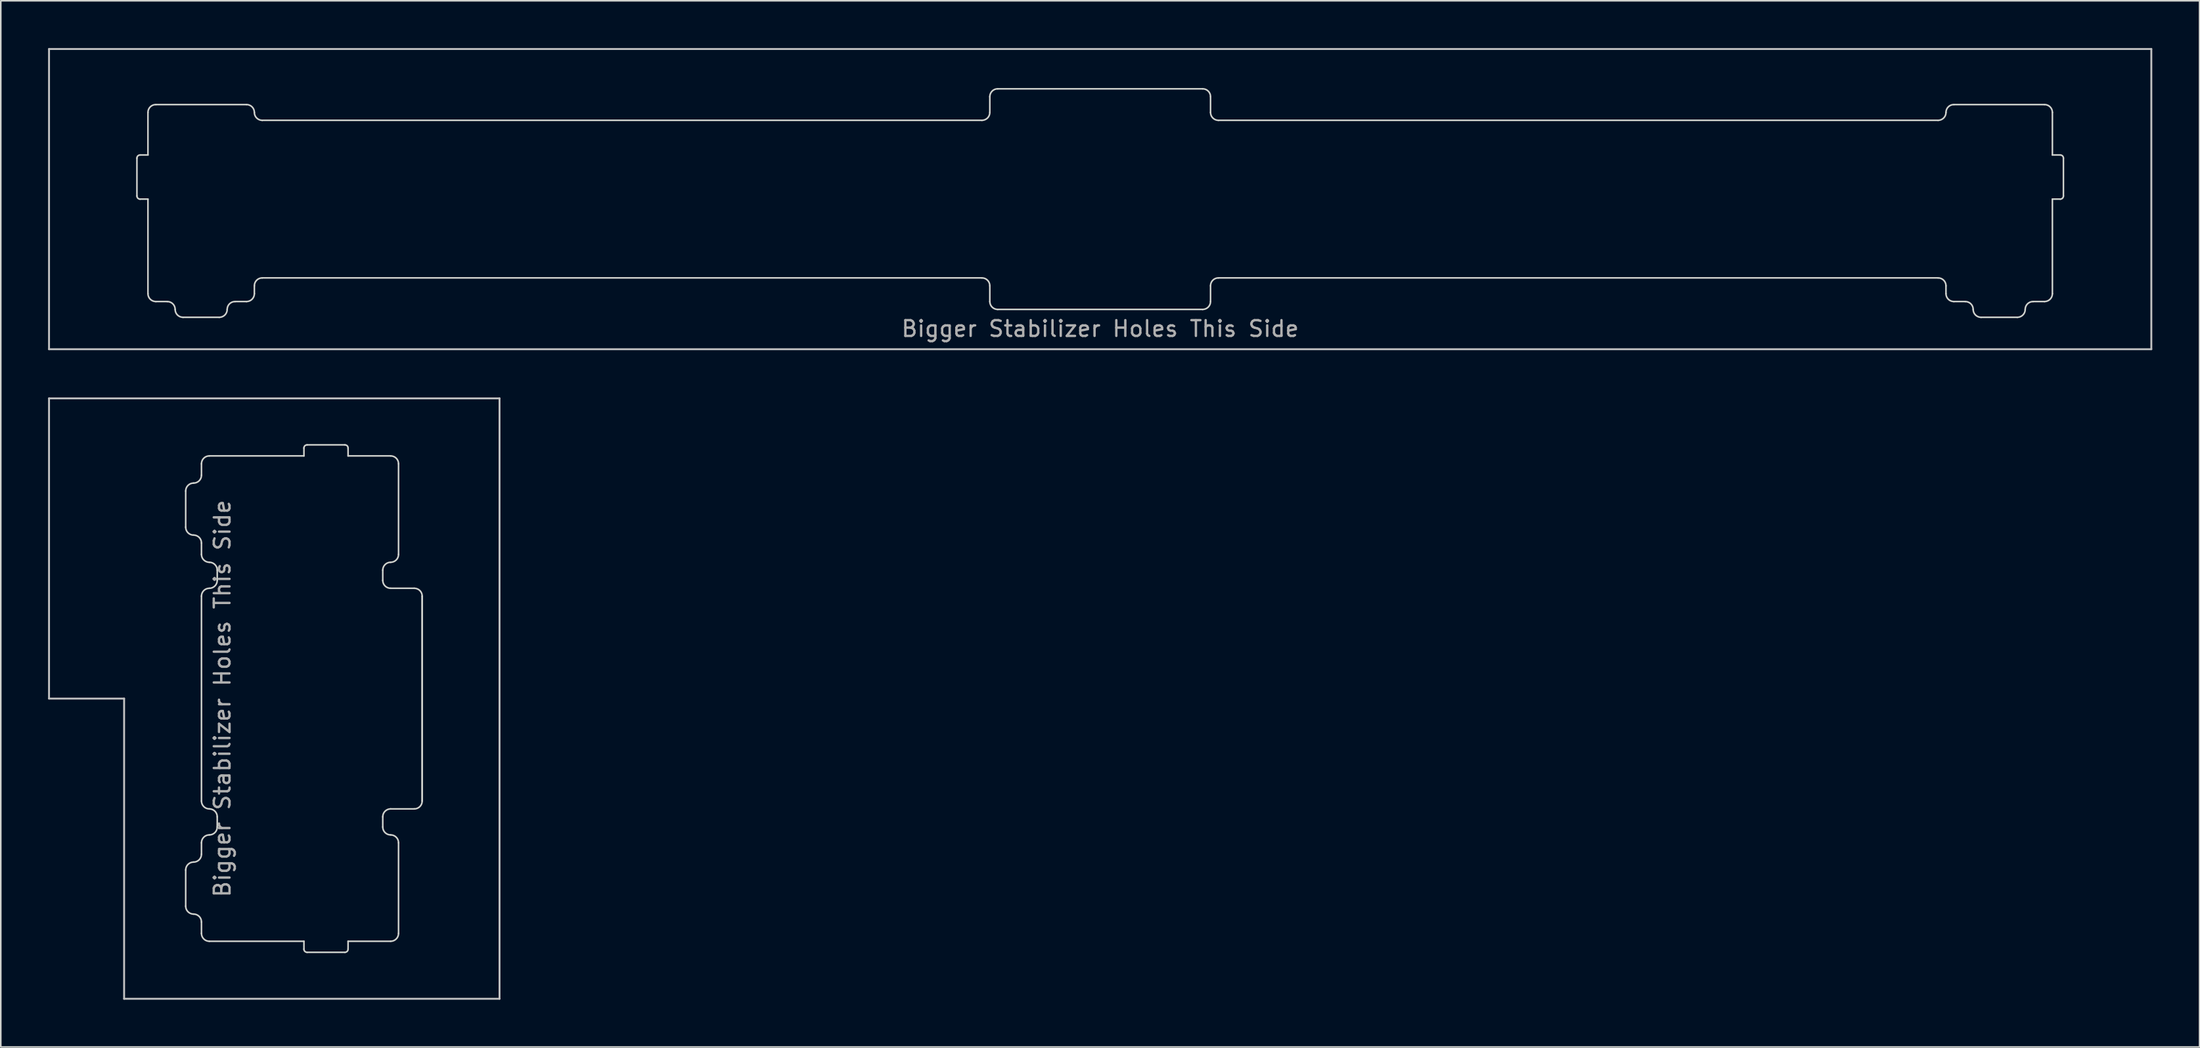
<source format=kicad_pcb>
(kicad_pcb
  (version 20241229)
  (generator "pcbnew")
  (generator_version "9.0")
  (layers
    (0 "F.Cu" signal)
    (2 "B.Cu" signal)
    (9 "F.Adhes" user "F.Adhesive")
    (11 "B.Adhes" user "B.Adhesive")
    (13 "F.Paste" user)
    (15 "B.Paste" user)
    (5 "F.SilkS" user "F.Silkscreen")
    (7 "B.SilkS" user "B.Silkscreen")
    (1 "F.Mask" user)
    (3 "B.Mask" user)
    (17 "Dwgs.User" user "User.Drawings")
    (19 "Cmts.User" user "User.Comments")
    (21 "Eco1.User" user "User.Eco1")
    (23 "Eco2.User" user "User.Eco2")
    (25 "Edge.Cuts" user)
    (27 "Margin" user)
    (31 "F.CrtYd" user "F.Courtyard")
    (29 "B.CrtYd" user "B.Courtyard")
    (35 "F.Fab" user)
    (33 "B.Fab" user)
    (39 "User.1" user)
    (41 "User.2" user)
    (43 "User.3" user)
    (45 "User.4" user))
  (footprint "mx_top_plate_7.00u_plate_mount"
    (layer "F.Cu")
    (at 66.735 9.585)
    (property "Reference" "mx_top_plate_7.00u_plate_mount" (at 0 2.381 0) (layer "Eco1.User") (effects (font (size 1 1) (thickness 0.15))))
    (attr through_hole)
    (fp_line (start -66.675 -9.525) (end 66.675 -9.525) (stroke (width 0.12) (type solid)) (layer "Dwgs.User"))
    (fp_line (start -66.675 9.525) (end -66.675 -9.525) (stroke (width 0.12) (type solid)) (layer "Dwgs.User"))
    (fp_line (start 66.675 -9.525) (end 66.675 9.525) (stroke (width 0.12) (type solid)) (layer "Dwgs.User"))
    (fp_line (start 66.675 9.525) (end -66.675 9.525) (stroke (width 0.12) (type solid)) (layer "Dwgs.User"))
    (fp_line (start 0 0) (end -0.5 0) (stroke (width 0.12) (type solid)) (layer "Eco1.User"))
    (fp_line (start 0 0) (end 0 -0.5) (stroke (width 0.12) (type solid)) (layer "Eco1.User"))
    (fp_line (start 0 0) (end 0 0.5) (stroke (width 0.12) (type solid)) (layer "Eco1.User"))
    (fp_line (start 0 0) (end 0.5 0) (stroke (width 0.12) (type solid)) (layer "Eco1.User"))
    (fp_line (start -61.1 -2.6) (end -61.1 -0.2) (stroke (width 0.1) (type solid)) (layer "Edge.Cuts"))
    (fp_line (start -60.9 -2.8) (end -60.4 -2.8) (stroke (width 0.1) (type solid)) (layer "Edge.Cuts"))
    (fp_line (start -60.9 0) (end -60.4 0) (stroke (width 0.1) (type solid)) (layer "Edge.Cuts"))
    (fp_line (start -60.4 -5.5) (end -60.4 -2.8) (stroke (width 0.1) (type solid)) (layer "Edge.Cuts"))
    (fp_line (start -60.4 0) (end -60.4 6) (stroke (width 0.1) (type solid)) (layer "Edge.Cuts"))
    (fp_line (start -59.9 -6) (end -54.15 -6) (stroke (width 0.1) (type solid)) (layer "Edge.Cuts"))
    (fp_line (start -59.9 6.5) (end -59.175 6.5) (stroke (width 0.1) (type solid)) (layer "Edge.Cuts"))
    (fp_line (start -58.175 7.5) (end -55.875 7.5) (stroke (width 0.1) (type solid)) (layer "Edge.Cuts"))
    (fp_line (start -54.875 6.5) (end -54.15 6.5) (stroke (width 0.1) (type solid)) (layer "Edge.Cuts"))
    (fp_line (start -53.65 6) (end -53.65 5.5) (stroke (width 0.1) (type solid)) (layer "Edge.Cuts"))
    (fp_line (start -53.15 -5) (end -7.5 -5) (stroke (width 0.1) (type solid)) (layer "Edge.Cuts"))
    (fp_line (start -53.15 5) (end -7.5 5) (stroke (width 0.1) (type solid)) (layer "Edge.Cuts"))
    (fp_line (start -7 -6.5) (end -7 -5.5) (stroke (width 0.1) (type solid)) (layer "Edge.Cuts"))
    (fp_line (start -7 5.5) (end -7 6.5) (stroke (width 0.1) (type solid)) (layer "Edge.Cuts"))
    (fp_line (start -6.5 7) (end 6.5 7) (stroke (width 0.1) (type solid)) (layer "Edge.Cuts"))
    (fp_line (start -6.5 -7) (end 6.5 -7) (stroke (width 0.1) (type solid)) (layer "Edge.Cuts"))
    (fp_line (start 7 5.5) (end 7 6.5) (stroke (width 0.1) (type solid)) (layer "Edge.Cuts"))
    (fp_line (start 7 -6.5) (end 7 -5.5) (stroke (width 0.1) (type solid)) (layer "Edge.Cuts"))
    (fp_line (start 7.5 5) (end 53.15 5) (stroke (width 0.1) (type solid)) (layer "Edge.Cuts"))
    (fp_line (start 7.5 -5) (end 53.15 -5) (stroke (width 0.1) (type solid)) (layer "Edge.Cuts"))
    (fp_line (start 53.65 5.5) (end 53.65 6) (stroke (width 0.1) (type solid)) (layer "Edge.Cuts"))
    (fp_line (start 54.875 6.5) (end 54.15 6.5) (stroke (width 0.1) (type solid)) (layer "Edge.Cuts"))
    (fp_line (start 58.175 7.5) (end 55.875 7.5) (stroke (width 0.1) (type solid)) (layer "Edge.Cuts"))
    (fp_line (start 59.9 -6) (end 54.15 -6) (stroke (width 0.1) (type solid)) (layer "Edge.Cuts"))
    (fp_line (start 59.9 6.5) (end 59.175 6.5) (stroke (width 0.1) (type solid)) (layer "Edge.Cuts"))
    (fp_line (start 60.4 -5.5) (end 60.4 -2.8) (stroke (width 0.1) (type solid)) (layer "Edge.Cuts"))
    (fp_line (start 60.4 0.000012) (end 60.4 6) (stroke (width 0.1) (type solid)) (layer "Edge.Cuts"))
    (fp_line (start 60.9 -2.8) (end 60.4 -2.8) (stroke (width 0.1) (type solid)) (layer "Edge.Cuts"))
    (fp_line (start 60.9 0.000012) (end 60.4 0.000012) (stroke (width 0.1) (type solid)) (layer "Edge.Cuts"))
    (fp_line (start 61.1 -2.6) (end 61.1 -0.2) (stroke (width 0.1) (type solid)) (layer "Edge.Cuts"))
    (fp_arc (start -61.1 -2.6) (mid -61.041421 -2.741421) (end -60.9 -2.8) (stroke (width 0.1) (type solid)) (layer "Edge.Cuts"))
    (fp_arc (start -60.9 0) (mid -61.041421 -0.058579) (end -61.1 -0.2) (stroke (width 0.1) (type solid)) (layer "Edge.Cuts"))
    (fp_arc (start -60.4 -5.5) (mid -60.253553 -5.853553) (end -59.9 -6) (stroke (width 0.1) (type solid)) (layer "Edge.Cuts"))
    (fp_arc (start -59.9 6.5) (mid -60.253553 6.353553) (end -60.4 6) (stroke (width 0.1) (type solid)) (layer "Edge.Cuts"))
    (fp_arc (start -59.175 6.5) (mid -58.821447 6.646447) (end -58.675 7) (stroke (width 0.1) (type solid)) (layer "Edge.Cuts"))
    (fp_arc (start -58.175 7.5) (mid -58.528553 7.353553) (end -58.675 7) (stroke (width 0.1) (type solid)) (layer "Edge.Cuts"))
    (fp_arc (start -55.375 7) (mid -55.521447 7.353553) (end -55.875 7.5) (stroke (width 0.1) (type solid)) (layer "Edge.Cuts"))
    (fp_arc (start -55.375 7) (mid -55.228553 6.646447) (end -54.875 6.5) (stroke (width 0.1) (type solid)) (layer "Edge.Cuts"))
    (fp_arc (start -54.15 -6) (mid -53.796447 -5.853553) (end -53.65 -5.5) (stroke (width 0.1) (type solid)) (layer "Edge.Cuts"))
    (fp_arc (start -53.65 5.5) (mid -53.503553 5.146447) (end -53.15 5) (stroke (width 0.1) (type solid)) (layer "Edge.Cuts"))
    (fp_arc (start -53.65 6) (mid -53.796447 6.353553) (end -54.15 6.5) (stroke (width 0.1) (type solid)) (layer "Edge.Cuts"))
    (fp_arc (start -53.15 -5) (mid -53.503552 -5.146447) (end -53.65 -5.5) (stroke (width 0.1) (type solid)) (layer "Edge.Cuts"))
    (fp_arc (start -7.499988 5.000012) (mid -7.146435 5.146459) (end -6.999988 5.500012) (stroke (width 0.1) (type solid)) (layer "Edge.Cuts"))
    (fp_arc (start -6.999988 -6.499988) (mid -6.853541 -6.853541) (end -6.499988 -6.999988) (stroke (width 0.1) (type solid)) (layer "Edge.Cuts"))
    (fp_arc (start -6.999988 -5.499988) (mid -7.146435 -5.146435) (end -7.499988 -4.999988) (stroke (width 0.1) (type solid)) (layer "Edge.Cuts"))
    (fp_arc (start -6.499988 7.000012) (mid -6.853541 6.853565) (end -6.999988 6.500012) (stroke (width 0.1) (type solid)) (layer "Edge.Cuts"))
    (fp_arc (start 6.500012 -6.999988) (mid 6.853565 -6.853541) (end 7.000012 -6.499988) (stroke (width 0.1) (type solid)) (layer "Edge.Cuts"))
    (fp_arc (start 6.999672 6.500007) (mid 6.853225 6.85356) (end 6.499672 7.000007) (stroke (width 0.1) (type solid)) (layer "Edge.Cuts"))
    (fp_arc (start 6.999684 5.500019) (mid 7.146119 5.146454) (end 7.499684 5.000019) (stroke (width 0.1) (type solid)) (layer "Edge.Cuts"))
    (fp_arc (start 7.500012 -4.999988) (mid 7.14646 -5.146436) (end 7.000012 -5.499988) (stroke (width 0.1) (type solid)) (layer "Edge.Cuts"))
    (fp_arc (start 53.150024 5.000012) (mid 53.503577 5.146459) (end 53.650024 5.500012) (stroke (width 0.1) (type solid)) (layer "Edge.Cuts"))
    (fp_arc (start 53.650024 -5.499988) (mid 53.503577 -5.146435) (end 53.150024 -4.999988) (stroke (width 0.1) (type solid)) (layer "Edge.Cuts"))
    (fp_arc (start 53.650024 -5.499988) (mid 53.796471 -5.853541) (end 54.150024 -5.999988) (stroke (width 0.1) (type solid)) (layer "Edge.Cuts"))
    (fp_arc (start 54.150024 6.500012) (mid 53.796471 6.353565) (end 53.650024 6.000012) (stroke (width 0.1) (type solid)) (layer "Edge.Cuts"))
    (fp_arc (start 54.875024 6.500012) (mid 55.228577 6.646459) (end 55.375024 7.000012) (stroke (width 0.1) (type solid)) (layer "Edge.Cuts"))
    (fp_arc (start 55.875024 7.500012) (mid 55.521471 7.353565) (end 55.375024 7.000012) (stroke (width 0.1) (type solid)) (layer "Edge.Cuts"))
    (fp_arc (start 58.675024 7.000012) (mid 58.528577 7.353565) (end 58.175024 7.500012) (stroke (width 0.1) (type solid)) (layer "Edge.Cuts"))
    (fp_arc (start 58.675024 7.000012) (mid 58.821471 6.646459) (end 59.175024 6.500012) (stroke (width 0.1) (type solid)) (layer "Edge.Cuts"))
    (fp_arc (start 59.900024 -5.999988) (mid 60.253577 -5.853541) (end 60.400024 -5.499988) (stroke (width 0.1) (type solid)) (layer "Edge.Cuts"))
    (fp_arc (start 60.400024 6.000012) (mid 60.253577 6.353565) (end 59.900024 6.500012) (stroke (width 0.1) (type solid)) (layer "Edge.Cuts"))
    (fp_arc (start 60.900024 -2.799988) (mid 61.041445 -2.741409) (end 61.100024 -2.599988) (stroke (width 0.1) (type solid)) (layer "Edge.Cuts"))
    (fp_arc (start 61.100024 -0.199988) (mid 61.041445 -0.058567) (end 60.900024 0.000012) (stroke (width 0.1) (type solid)) (layer "Edge.Cuts"))
    (fp_text user "Bigger Stabilizer Holes This Side" (at 0 8.225 0) (unlocked yes) (layer "F.Fab") (effects (font (size 1 1) (thickness 0.15)))))
  (footprint "mx_top_plate_iso_enter"
    (layer "F.Cu")
    (at 16.729 41.28)
    (property "Reference" "mx_top_plate_iso_enter" (at -2.381 0 270) (layer "Eco1.User") (effects (font (size 1 1) (thickness 0.15))))
    (attr through_hole)
    (fp_line (start -16.669 -19.05) (end 11.906 -19.05) (stroke (width 0.12) (type solid)) (layer "Dwgs.User"))
    (fp_line (start -16.669 0) (end -16.669 -19.05) (stroke (width 0.12) (type solid)) (layer "Dwgs.User"))
    (fp_line (start -11.906 0) (end -16.669 0) (stroke (width 0.12) (type solid)) (layer "Dwgs.User"))
    (fp_line (start -11.906 19.05) (end -11.906 0) (stroke (width 0.12) (type solid)) (layer "Dwgs.User"))
    (fp_line (start 11.906 -19.05) (end 11.906 19.05) (stroke (width 0.12) (type solid)) (layer "Dwgs.User"))
    (fp_line (start 11.906 19.05) (end -11.906 19.05) (stroke (width 0.12) (type solid)) (layer "Dwgs.User"))
    (fp_line (start 0 0) (end -0.5 0) (stroke (width 0.12) (type solid)) (layer "Eco1.User"))
    (fp_line (start 0 0) (end 0 -0.5) (stroke (width 0.12) (type solid)) (layer "Eco1.User"))
    (fp_line (start 0 0) (end 0 0.5) (stroke (width 0.12) (type solid)) (layer "Eco1.User"))
    (fp_line (start 0 0) (end 0.5 0) (stroke (width 0.12) (type solid)) (layer "Eco1.User"))
    (fp_line (start -8 -13.175) (end -8 -10.875) (stroke (width 0.1) (type solid)) (layer "Edge.Cuts"))
    (fp_line (start -8 13.175) (end -8 10.875) (stroke (width 0.1) (type solid)) (layer "Edge.Cuts"))
    (fp_line (start -7 -14.9) (end -7 -14.175) (stroke (width 0.1) (type solid)) (layer "Edge.Cuts"))
    (fp_line (start -7 -9.875) (end -7 -9.15) (stroke (width 0.1) (type solid)) (layer "Edge.Cuts"))
    (fp_line (start -7 -6.5) (end -7 6.5) (stroke (width 0.1) (type solid)) (layer "Edge.Cuts"))
    (fp_line (start -7 9.875) (end -7 9.15) (stroke (width 0.1) (type solid)) (layer "Edge.Cuts"))
    (fp_line (start -7 14.9) (end -7 14.175) (stroke (width 0.1) (type solid)) (layer "Edge.Cuts"))
    (fp_line (start -6 -8.15) (end -6 -7.5) (stroke (width 0.1) (type solid)) (layer "Edge.Cuts"))
    (fp_line (start -6 8.15) (end -6 7.5) (stroke (width 0.1) (type solid)) (layer "Edge.Cuts"))
    (fp_line (start -0.5 -15.9) (end -0.5 -15.4) (stroke (width 0.1) (type solid)) (layer "Edge.Cuts"))
    (fp_line (start -0.5 -15.4) (end -6.5 -15.4) (stroke (width 0.1) (type solid)) (layer "Edge.Cuts"))
    (fp_line (start -0.5 15.4) (end -6.5 15.4) (stroke (width 0.1) (type solid)) (layer "Edge.Cuts"))
    (fp_line (start -0.5 15.9) (end -0.5 15.4) (stroke (width 0.1) (type solid)) (layer "Edge.Cuts"))
    (fp_line (start 2.1 -16.1) (end -0.3 -16.1) (stroke (width 0.1) (type solid)) (layer "Edge.Cuts"))
    (fp_line (start 2.1 16.1) (end -0.3 16.1) (stroke (width 0.1) (type solid)) (layer "Edge.Cuts"))
    (fp_line (start 2.3 -15.9) (end 2.3 -15.4) (stroke (width 0.1) (type solid)) (layer "Edge.Cuts"))
    (fp_line (start 2.3 15.9) (end 2.3 15.4) (stroke (width 0.1) (type solid)) (layer "Edge.Cuts"))
    (fp_line (start 4.5 -8.15) (end 4.5 -7.5) (stroke (width 0.1) (type solid)) (layer "Edge.Cuts"))
    (fp_line (start 4.5 8.15) (end 4.5 7.5) (stroke (width 0.1) (type solid)) (layer "Edge.Cuts"))
    (fp_line (start 5 -15.4) (end 2.3 -15.4) (stroke (width 0.1) (type solid)) (layer "Edge.Cuts"))
    (fp_line (start 5 15.4) (end 2.3 15.4) (stroke (width 0.1) (type solid)) (layer "Edge.Cuts"))
    (fp_line (start 5.5 -14.9) (end 5.5 -9.15) (stroke (width 0.1) (type solid)) (layer "Edge.Cuts"))
    (fp_line (start 5.5 14.9) (end 5.5 9.15) (stroke (width 0.1) (type solid)) (layer "Edge.Cuts"))
    (fp_line (start 6.5 -7) (end 5 -7) (stroke (width 0.1) (type solid)) (layer "Edge.Cuts"))
    (fp_line (start 6.5 7) (end 5 7) (stroke (width 0.1) (type solid)) (layer "Edge.Cuts"))
    (fp_line (start 7 -6.5) (end 7 6.5) (stroke (width 0.1) (type solid)) (layer "Edge.Cuts"))
    (fp_line (start 7 -6.5) (end 7 6.5) (stroke (width 0.1) (type solid)) (layer "Edge.Cuts"))
    (fp_arc (start -7.999987 -13.175001) (mid -7.85354 -13.528554) (end -7.499987 -13.675001) (stroke (width 0.1) (type solid)) (layer "Edge.Cuts"))
    (fp_arc (start -7.999987 10.874999) (mid -7.85354 10.521446) (end -7.499987 10.374999) (stroke (width 0.1) (type solid)) (layer "Edge.Cuts"))
    (fp_arc (start -7.499987 -10.375001) (mid -7.85354 -10.521448) (end -7.999987 -10.875001) (stroke (width 0.1) (type solid)) (layer "Edge.Cuts"))
    (fp_arc (start -7.499987 -10.375001) (mid -7.146434 -10.228554) (end -6.999987 -9.875001) (stroke (width 0.1) (type solid)) (layer "Edge.Cuts"))
    (fp_arc (start -7.499987 13.674999) (mid -7.85354 13.528552) (end -7.999987 13.174999) (stroke (width 0.1) (type solid)) (layer "Edge.Cuts"))
    (fp_arc (start -7.499987 13.674999) (mid -7.146434 13.821446) (end -6.999987 14.174999) (stroke (width 0.1) (type solid)) (layer "Edge.Cuts"))
    (fp_arc (start -6.999987 -14.900001) (mid -6.85354 -15.253554) (end -6.499987 -15.400001) (stroke (width 0.1) (type solid)) (layer "Edge.Cuts"))
    (fp_arc (start -6.999987 -14.175001) (mid -7.146434 -13.821448) (end -7.499987 -13.675001) (stroke (width 0.1) (type solid)) (layer "Edge.Cuts"))
    (fp_arc (start -6.999987 -6.500001) (mid -6.85354 -6.853554) (end -6.499987 -7.000001) (stroke (width 0.1) (type solid)) (layer "Edge.Cuts"))
    (fp_arc (start -6.999987 9.149999) (mid -6.85354 8.796446) (end -6.499987 8.649999) (stroke (width 0.1) (type solid)) (layer "Edge.Cuts"))
    (fp_arc (start -6.999987 9.874999) (mid -7.146434 10.228552) (end -7.499987 10.374999) (stroke (width 0.1) (type solid)) (layer "Edge.Cuts"))
    (fp_arc (start -6.499987 -8.650001) (mid -6.85354 -8.796448) (end -6.999987 -9.150001) (stroke (width 0.1) (type solid)) (layer "Edge.Cuts"))
    (fp_arc (start -6.499987 -8.650001) (mid -6.146434 -8.503554) (end -5.999987 -8.150001) (stroke (width 0.1) (type solid)) (layer "Edge.Cuts"))
    (fp_arc (start -6.499987 6.999999) (mid -6.85354 6.853552) (end -6.999987 6.499999) (stroke (width 0.1) (type solid)) (layer "Edge.Cuts"))
    (fp_arc (start -6.499987 6.999999) (mid -6.146434 7.146446) (end -5.999987 7.499999) (stroke (width 0.1) (type solid)) (layer "Edge.Cuts"))
    (fp_arc (start -6.499987 15.399999) (mid -6.85354 15.253552) (end -6.999987 14.899999) (stroke (width 0.1) (type solid)) (layer "Edge.Cuts"))
    (fp_arc (start -5.999987 -7.500001) (mid -6.146434 -7.146448) (end -6.499987 -7.000001) (stroke (width 0.1) (type solid)) (layer "Edge.Cuts"))
    (fp_arc (start -5.999987 8.149999) (mid -6.146434 8.503552) (end -6.499987 8.649999) (stroke (width 0.1) (type solid)) (layer "Edge.Cuts"))
    (fp_arc (start -0.499987 -15.900001) (mid -0.441408 -16.041422) (end -0.299987 -16.100001) (stroke (width 0.1) (type solid)) (layer "Edge.Cuts"))
    (fp_arc (start -0.299987 16.099999) (mid -0.441408 16.04142) (end -0.499987 15.899999) (stroke (width 0.1) (type solid)) (layer "Edge.Cuts"))
    (fp_arc (start 2.100013 -16.100001) (mid 2.241434 -16.041422) (end 2.300013 -15.900001) (stroke (width 0.1) (type solid)) (layer "Edge.Cuts"))
    (fp_arc (start 2.300013 15.899999) (mid 2.241434 16.04142) (end 2.100013 16.099999) (stroke (width 0.1) (type solid)) (layer "Edge.Cuts"))
    (fp_arc (start 4.500013 -8.150001) (mid 4.64646 -8.503554) (end 5.000013 -8.650001) (stroke (width 0.1) (type solid)) (layer "Edge.Cuts"))
    (fp_arc (start 4.500013 7.499999) (mid 4.64646 7.146446) (end 5.000013 6.999999) (stroke (width 0.1) (type solid)) (layer "Edge.Cuts"))
    (fp_arc (start 5.000013 -15.400001) (mid 5.353566 -15.253554) (end 5.500013 -14.900001) (stroke (width 0.1) (type solid)) (layer "Edge.Cuts"))
    (fp_arc (start 5.000013 -7.000001) (mid 4.64646 -7.146448) (end 4.500013 -7.500001) (stroke (width 0.1) (type solid)) (layer "Edge.Cuts"))
    (fp_arc (start 5.000013 8.649999) (mid 4.64646 8.503552) (end 4.500013 8.149999) (stroke (width 0.1) (type solid)) (layer "Edge.Cuts"))
    (fp_arc (start 5.000013 8.649999) (mid 5.353566 8.796446) (end 5.500013 9.149999) (stroke (width 0.1) (type solid)) (layer "Edge.Cuts"))
    (fp_arc (start 5.500013 -9.150001) (mid 5.353566 -8.796448) (end 5.000013 -8.650001) (stroke (width 0.1) (type solid)) (layer "Edge.Cuts"))
    (fp_arc (start 5.500013 14.899999) (mid 5.353566 15.253552) (end 5.000013 15.399999) (stroke (width 0.1) (type solid)) (layer "Edge.Cuts"))
    (fp_arc (start 6.500013 -7.000001) (mid 6.853566 -6.853554) (end 7.000013 -6.500001) (stroke (width 0.1) (type solid)) (layer "Edge.Cuts"))
    (fp_arc (start 7.000013 6.499999) (mid 6.853566 6.853552) (end 6.500013 6.999999) (stroke (width 0.1) (type solid)) (layer "Edge.Cuts"))
    (fp_text user "Bigger Stabilizer Holes This Side" (at -5.675 0 90) (unlocked yes) (layer "F.Fab") (effects (font (size 1 1) (thickness 0.15)))))
  (gr_rect
    (start -3 -3)
    (end 136.47 63.39)
    (stroke (width 0.1) (type default))
    (fill no)
    (layer "Edge.Cuts")))
</source>
